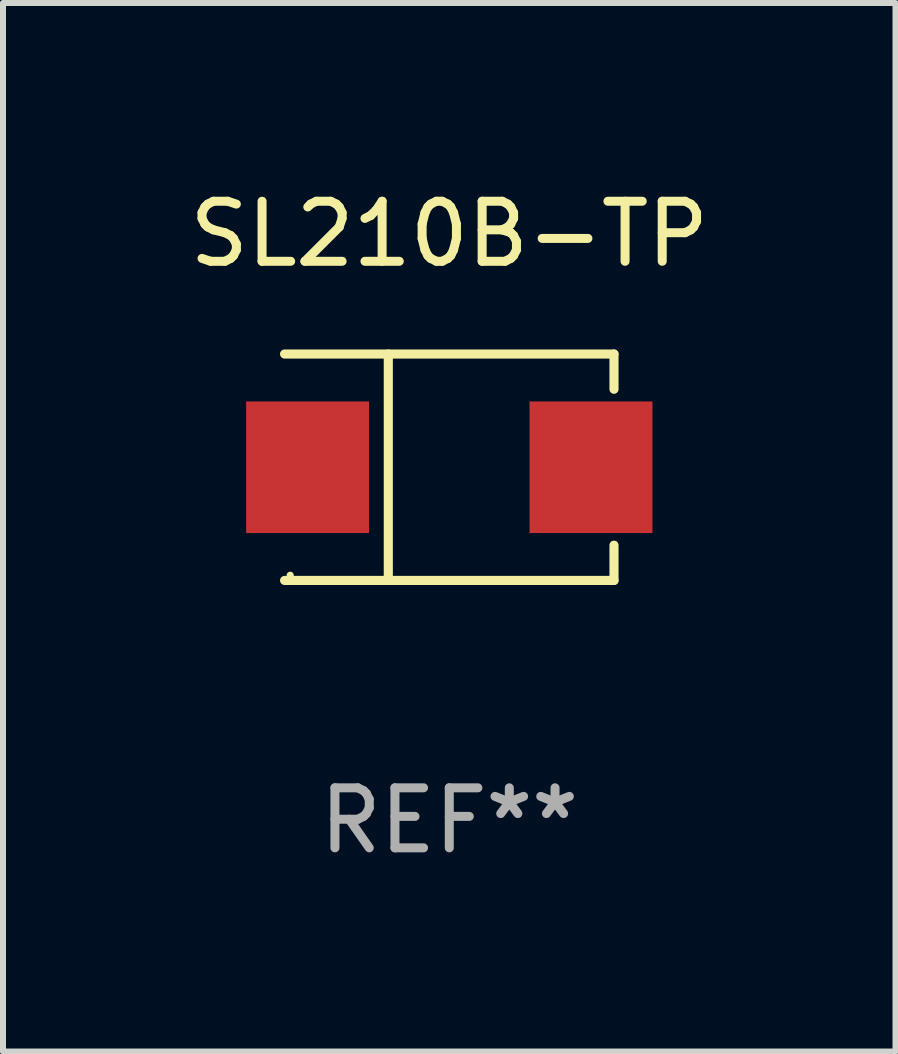
<source format=kicad_pcb>
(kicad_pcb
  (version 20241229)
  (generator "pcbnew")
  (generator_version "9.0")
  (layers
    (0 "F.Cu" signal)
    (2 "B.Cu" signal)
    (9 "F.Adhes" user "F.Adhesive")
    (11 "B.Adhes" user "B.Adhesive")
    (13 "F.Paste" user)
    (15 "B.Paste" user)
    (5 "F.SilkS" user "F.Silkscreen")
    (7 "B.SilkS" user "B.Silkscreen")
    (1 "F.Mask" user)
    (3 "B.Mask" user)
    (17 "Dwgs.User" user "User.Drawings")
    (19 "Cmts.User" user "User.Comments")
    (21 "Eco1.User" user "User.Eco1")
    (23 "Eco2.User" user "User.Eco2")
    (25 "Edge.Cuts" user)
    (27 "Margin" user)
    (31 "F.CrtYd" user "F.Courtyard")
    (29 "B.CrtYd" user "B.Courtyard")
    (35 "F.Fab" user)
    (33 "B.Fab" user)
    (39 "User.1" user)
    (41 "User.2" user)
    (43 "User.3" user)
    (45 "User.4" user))
  (footprint "SL210B-TP"
    (layer "F.Cu")
    (at 4.435 4.734)
    (property "Reference" "SL210B-TP" (at 0 -3.886 0) (layer "F.SilkS") (effects (font (size 1 1) (thickness 0.15))))
    (attr through_hole)
    (fp_line (start -2.744 -1.886) (end 2.744 -1.886) (stroke (width 0.152) (type solid)) (layer "F.SilkS"))
    (fp_line (start -2.744 1.886) (end 2.744 1.886) (stroke (width 0.152) (type solid)) (layer "F.SilkS"))
    (fp_line (start -1.016 -1.886) (end -1.016 1.886) (stroke (width 0.152) (type solid)) (layer "F.SilkS"))
    (fp_line (start 2.744 -1.886) (end 2.744 -1.299) (stroke (width 0.152) (type solid)) (layer "F.SilkS"))
    (fp_line (start 2.744 1.886) (end 2.744 1.299) (stroke (width 0.152) (type solid)) (layer "F.SilkS"))
    (fp_circle (center -2.65 1.8) (end -2.62 1.8) (stroke (width 0.06) (type solid)) (fill no) (layer "F.SilkS"))
    (fp_text user "REF**" (at 0 5.886 0) (layer "F.Fab") (effects (font (size 1 1) (thickness 0.15))))
    (pad "1" smd rect (at -2.361 0) (size 2.047 2.192) (layers "F.Cu" "F.Mask" "F.Paste"))
    (pad "2" smd rect (at 2.361 0) (size 2.047 2.192) (layers "F.Cu" "F.Mask" "F.Paste")))
  (gr_rect
    (start -3 -3)
    (end 11.869 14.469)
    (stroke (width 0.1) (type default))
    (fill no)
    (layer "Edge.Cuts")))
</source>
